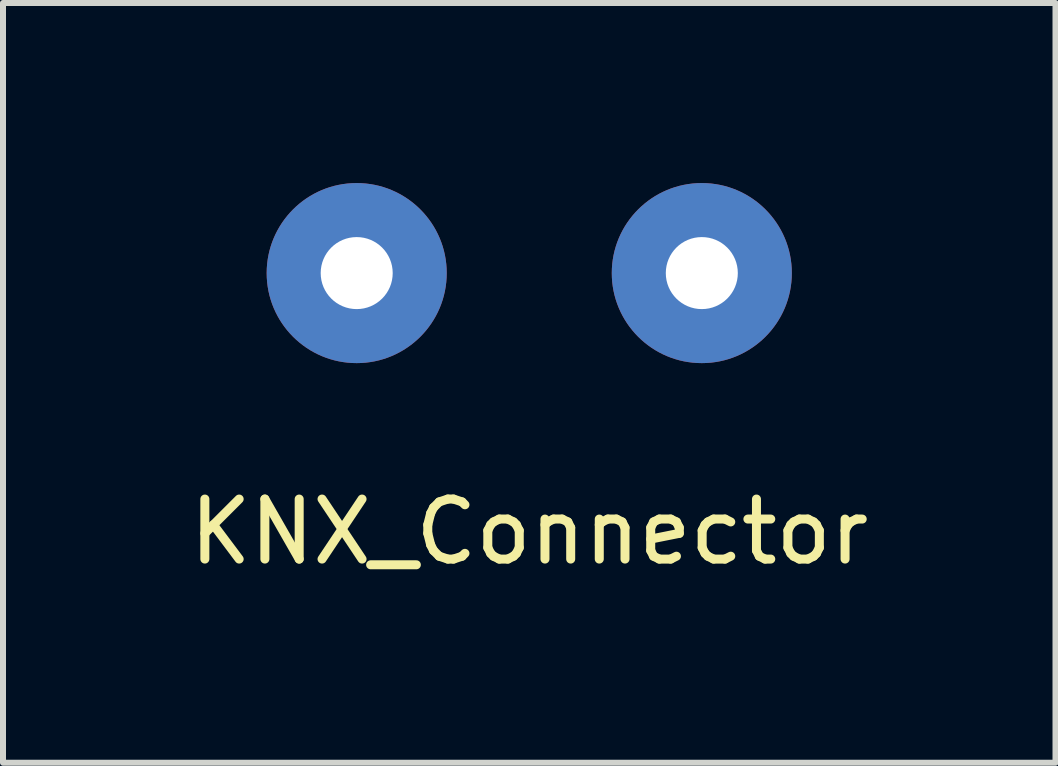
<source format=kicad_pcb>
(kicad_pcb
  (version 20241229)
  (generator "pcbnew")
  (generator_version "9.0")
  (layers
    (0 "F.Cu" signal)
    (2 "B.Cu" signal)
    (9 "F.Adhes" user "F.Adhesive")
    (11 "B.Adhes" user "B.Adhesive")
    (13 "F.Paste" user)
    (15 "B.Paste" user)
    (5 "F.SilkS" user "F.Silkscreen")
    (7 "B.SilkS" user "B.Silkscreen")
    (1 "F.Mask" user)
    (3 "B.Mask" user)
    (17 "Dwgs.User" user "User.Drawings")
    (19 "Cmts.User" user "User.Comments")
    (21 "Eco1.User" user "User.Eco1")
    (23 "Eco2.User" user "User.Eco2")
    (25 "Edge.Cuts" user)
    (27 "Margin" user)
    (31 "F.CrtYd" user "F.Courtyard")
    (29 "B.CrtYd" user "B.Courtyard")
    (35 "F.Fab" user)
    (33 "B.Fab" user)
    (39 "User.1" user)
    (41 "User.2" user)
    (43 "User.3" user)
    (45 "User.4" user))
  (footprint "KNX_Connector"
    (layer "F.Cu")
    (at 5.768 5.31)
    (property "Reference" "KNX_Connector" (at 0 0.5 0) (layer "F.SilkS") (effects (font (size 1 1) (thickness 0.15))))
    (attr through_hole)
    (pad "1" thru_hole circle (at -2.875 -3.81) (size 3 3) (drill 1.2) (layers "*.Cu" "*.Mask"))
    (pad "2" thru_hole circle (at 2.875 -3.81) (size 3 3) (drill 1.2) (layers "*.Cu" "*.Mask")))
  (gr_rect
    (start -3 -3)
    (end 14.536 9.658)
    (stroke (width 0.1) (type default))
    (fill no)
    (layer "Edge.Cuts")))
</source>
